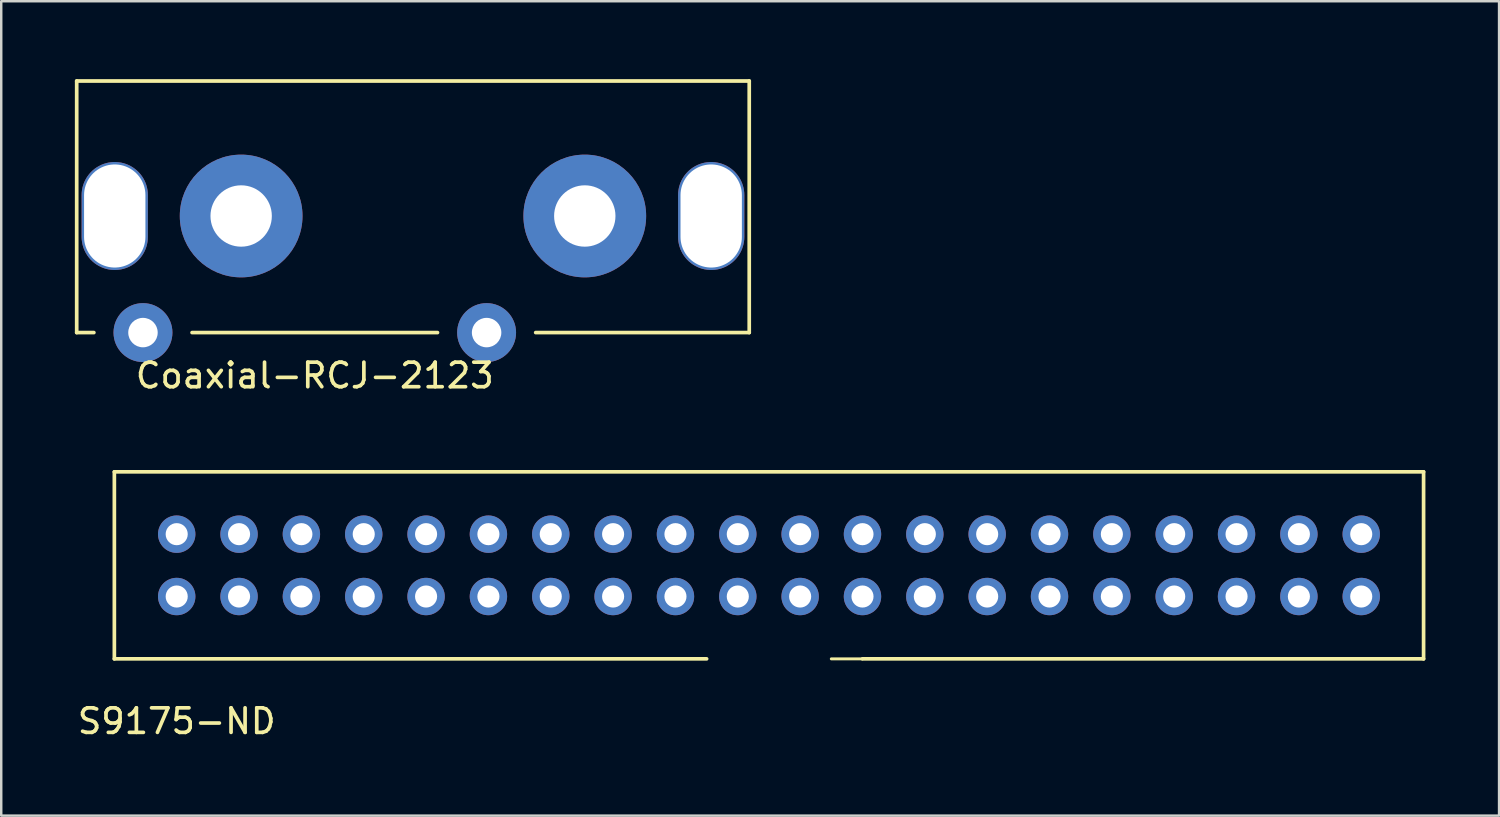
<source format=kicad_pcb>
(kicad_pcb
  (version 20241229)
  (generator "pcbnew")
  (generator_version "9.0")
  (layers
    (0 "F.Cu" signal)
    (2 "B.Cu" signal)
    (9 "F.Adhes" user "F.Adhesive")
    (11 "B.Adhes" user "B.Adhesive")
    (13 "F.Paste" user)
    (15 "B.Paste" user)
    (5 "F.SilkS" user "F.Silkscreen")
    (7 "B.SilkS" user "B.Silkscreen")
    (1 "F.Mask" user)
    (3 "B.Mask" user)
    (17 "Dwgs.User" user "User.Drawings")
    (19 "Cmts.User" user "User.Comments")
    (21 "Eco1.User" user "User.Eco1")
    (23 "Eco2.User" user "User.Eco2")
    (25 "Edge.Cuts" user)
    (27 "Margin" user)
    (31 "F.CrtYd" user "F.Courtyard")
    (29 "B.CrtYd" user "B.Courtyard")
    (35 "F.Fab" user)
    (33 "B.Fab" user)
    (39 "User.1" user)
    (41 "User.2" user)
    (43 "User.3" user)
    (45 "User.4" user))
  (footprint "S9175-ND"
    (layer "F.Cu")
    (at 4.149 21.253)
    (property "Reference" "S9175-ND" (at 0 5.08 0) (layer "F.SilkS") (effects (font (size 1 1) (thickness 0.15))))
    (attr through_hole)
    (fp_line (start -2.54 -5.08) (end -2.54 2.54) (stroke (width 0.15) (type solid)) (layer "F.SilkS"))
    (fp_line (start -2.54 2.54) (end 21.59 2.54) (stroke (width 0.15) (type solid)) (layer "F.SilkS"))
    (fp_line (start 27.94 2.54) (end 26.67 2.54) (stroke (width 0.12) (type solid)) (layer "F.SilkS"))
    (fp_line (start 50.8 -5.08) (end -2.54 -5.08) (stroke (width 0.15) (type solid)) (layer "F.SilkS"))
    (fp_line (start 50.8 2.54) (end 27.94 2.54) (stroke (width 0.15) (type solid)) (layer "F.SilkS"))
    (fp_line (start 50.8 2.54) (end 50.8 -5.08) (stroke (width 0.15) (type solid)) (layer "F.SilkS"))
    (pad "1" thru_hole circle (at 0 0) (size 1.524 1.524) (drill 0.9) (layers "*.Cu" "*.Mask"))
    (pad "2" thru_hole circle (at 0 -2.54) (size 1.524 1.524) (drill 0.9) (layers "*.Cu" "*.Mask"))
    (pad "3" thru_hole circle (at 2.54 0) (size 1.524 1.524) (drill 0.9) (layers "*.Cu" "*.Mask"))
    (pad "4" thru_hole circle (at 2.54 -2.54) (size 1.524 1.524) (drill 0.9) (layers "*.Cu" "*.Mask"))
    (pad "5" thru_hole circle (at 5.08 0) (size 1.524 1.524) (drill 0.9) (layers "*.Cu" "*.Mask"))
    (pad "6" thru_hole circle (at 5.08 -2.54) (size 1.524 1.524) (drill 0.9) (layers "*.Cu" "*.Mask"))
    (pad "7" thru_hole circle (at 7.62 0) (size 1.524 1.524) (drill 0.9) (layers "*.Cu" "*.Mask"))
    (pad "8" thru_hole circle (at 7.62 -2.54) (size 1.524 1.524) (drill 0.9) (layers "*.Cu" "*.Mask"))
    (pad "9" thru_hole circle (at 10.16 0) (size 1.524 1.524) (drill 0.9) (layers "*.Cu" "*.Mask"))
    (pad "10" thru_hole circle (at 10.16 -2.54) (size 1.524 1.524) (drill 0.9) (layers "*.Cu" "*.Mask"))
    (pad "11" thru_hole circle (at 12.7 0) (size 1.524 1.524) (drill 0.9) (layers "*.Cu" "*.Mask"))
    (pad "12" thru_hole circle (at 12.7 -2.54) (size 1.524 1.524) (drill 0.9) (layers "*.Cu" "*.Mask"))
    (pad "13" thru_hole circle (at 15.24 0) (size 1.524 1.524) (drill 0.9) (layers "*.Cu" "*.Mask"))
    (pad "14" thru_hole circle (at 15.24 -2.54) (size 1.524 1.524) (drill 0.9) (layers "*.Cu" "*.Mask"))
    (pad "15" thru_hole circle (at 17.78 0) (size 1.524 1.524) (drill 0.9) (layers "*.Cu" "*.Mask"))
    (pad "16" thru_hole circle (at 17.78 -2.54) (size 1.524 1.524) (drill 0.9) (layers "*.Cu" "*.Mask"))
    (pad "17" thru_hole circle (at 20.32 0) (size 1.524 1.524) (drill 0.9) (layers "*.Cu" "*.Mask"))
    (pad "18" thru_hole circle (at 20.32 -2.54) (size 1.524 1.524) (drill 0.9) (layers "*.Cu" "*.Mask"))
    (pad "19" thru_hole circle (at 22.86 0) (size 1.524 1.524) (drill 0.9) (layers "*.Cu" "*.Mask"))
    (pad "20" thru_hole circle (at 22.86 -2.54) (size 1.524 1.524) (drill 0.9) (layers "*.Cu" "*.Mask"))
    (pad "21" thru_hole circle (at 25.4 0) (size 1.524 1.524) (drill 0.9) (layers "*.Cu" "*.Mask"))
    (pad "22" thru_hole circle (at 25.4 -2.54) (size 1.524 1.524) (drill 0.9) (layers "*.Cu" "*.Mask"))
    (pad "23" thru_hole circle (at 27.94 0) (size 1.524 1.524) (drill 0.9) (layers "*.Cu" "*.Mask"))
    (pad "24" thru_hole circle (at 27.94 -2.54) (size 1.524 1.524) (drill 0.9) (layers "*.Cu" "*.Mask"))
    (pad "25" thru_hole circle (at 30.48 0) (size 1.524 1.524) (drill 0.9) (layers "*.Cu" "*.Mask"))
    (pad "26" thru_hole circle (at 30.48 -2.54) (size 1.524 1.524) (drill 0.9) (layers "*.Cu" "*.Mask"))
    (pad "27" thru_hole circle (at 33.02 0) (size 1.524 1.524) (drill 0.9) (layers "*.Cu" "*.Mask"))
    (pad "28" thru_hole circle (at 33.02 -2.54) (size 1.524 1.524) (drill 0.9) (layers "*.Cu" "*.Mask"))
    (pad "29" thru_hole circle (at 35.56 0) (size 1.524 1.524) (drill 0.9) (layers "*.Cu" "*.Mask"))
    (pad "30" thru_hole circle (at 35.56 -2.54) (size 1.524 1.524) (drill 0.9) (layers "*.Cu" "*.Mask"))
    (pad "31" thru_hole circle (at 38.1 0) (size 1.524 1.524) (drill 0.9) (layers "*.Cu" "*.Mask"))
    (pad "32" thru_hole circle (at 38.1 -2.54) (size 1.524 1.524) (drill 0.9) (layers "*.Cu" "*.Mask"))
    (pad "33" thru_hole circle (at 40.64 0) (size 1.524 1.524) (drill 0.9) (layers "*.Cu" "*.Mask"))
    (pad "34" thru_hole circle (at 40.64 -2.54) (size 1.524 1.524) (drill 0.9) (layers "*.Cu" "*.Mask"))
    (pad "35" thru_hole circle (at 43.18 0) (size 1.524 1.524) (drill 0.9) (layers "*.Cu" "*.Mask"))
    (pad "36" thru_hole circle (at 43.18 -2.54) (size 1.524 1.524) (drill 0.9) (layers "*.Cu" "*.Mask"))
    (pad "37" thru_hole circle (at 45.72 0) (size 1.524 1.524) (drill 0.9) (layers "*.Cu" "*.Mask"))
    (pad "38" thru_hole circle (at 45.72 -2.54) (size 1.524 1.524) (drill 0.9) (layers "*.Cu" "*.Mask"))
    (pad "39" thru_hole circle (at 48.26 0) (size 1.524 1.524) (drill 0.9) (layers "*.Cu" "*.Mask"))
    (pad "40" thru_hole circle (at 48.26 -2.54) (size 1.524 1.524) (drill 0.9) (layers "*.Cu" "*.Mask")))
  (footprint "Coaxial-RCJ-2123"
    (layer "F.Cu")
    (at 13.775 0.25)
    (property "Reference" "Coaxial-RCJ-2123" (at -4 12 0) (layer "F.SilkS") (effects (font (size 1 1) (thickness 0.15))))
    (attr through_hole)
    (fp_line (start -13.7 0) (end -13.7 10.25) (stroke (width 0.15) (type solid)) (layer "F.SilkS"))
    (fp_line (start -13 10.25) (end -13.7 10.25) (stroke (width 0.15) (type solid)) (layer "F.SilkS"))
    (fp_line (start 1 10.25) (end -9 10.25) (stroke (width 0.15) (type solid)) (layer "F.SilkS"))
    (fp_line (start 5 10.25) (end 13.7 10.25) (stroke (width 0.15) (type solid)) (layer "F.SilkS"))
    (fp_line (start 13.7 0) (end -13.7 0) (stroke (width 0.15) (type solid)) (layer "F.SilkS"))
    (fp_line (start 13.7 0) (end 13.7 10.25) (stroke (width 0.15) (type solid)) (layer "F.SilkS"))
    (pad "" np_thru_hole oval (at -12.15 5.5) (size 2.7 4.4) (drill oval 2.5 4.2) (layers "*.Cu" "*.Mask"))
    (pad "" np_thru_hole oval (at 12.15 5.5) (size 2.7 4.4) (drill oval 2.5 4.2) (layers "*.Cu" "*.Mask"))
    (pad "1" thru_hole circle (at 7 5.5) (size 5 5) (drill 2.5) (layers "*.Cu" "*.Mask"))
    (pad "2" thru_hole circle (at 3 10.25) (size 2.4 2.4) (drill 1.2) (layers "*.Cu" "*.Mask"))
    (pad "3" thru_hole circle (at -7 5.5) (size 5 5) (drill 2.5) (layers "*.Cu" "*.Mask"))
    (pad "4" thru_hole circle (at -11 10.25) (size 2.4 2.4) (drill 1.2) (layers "*.Cu" "*.Mask")))
  (gr_rect
    (start -3 -3)
    (end 58.024 30.181)
    (stroke (width 0.1) (type default))
    (fill no)
    (layer "Edge.Cuts")))
</source>
